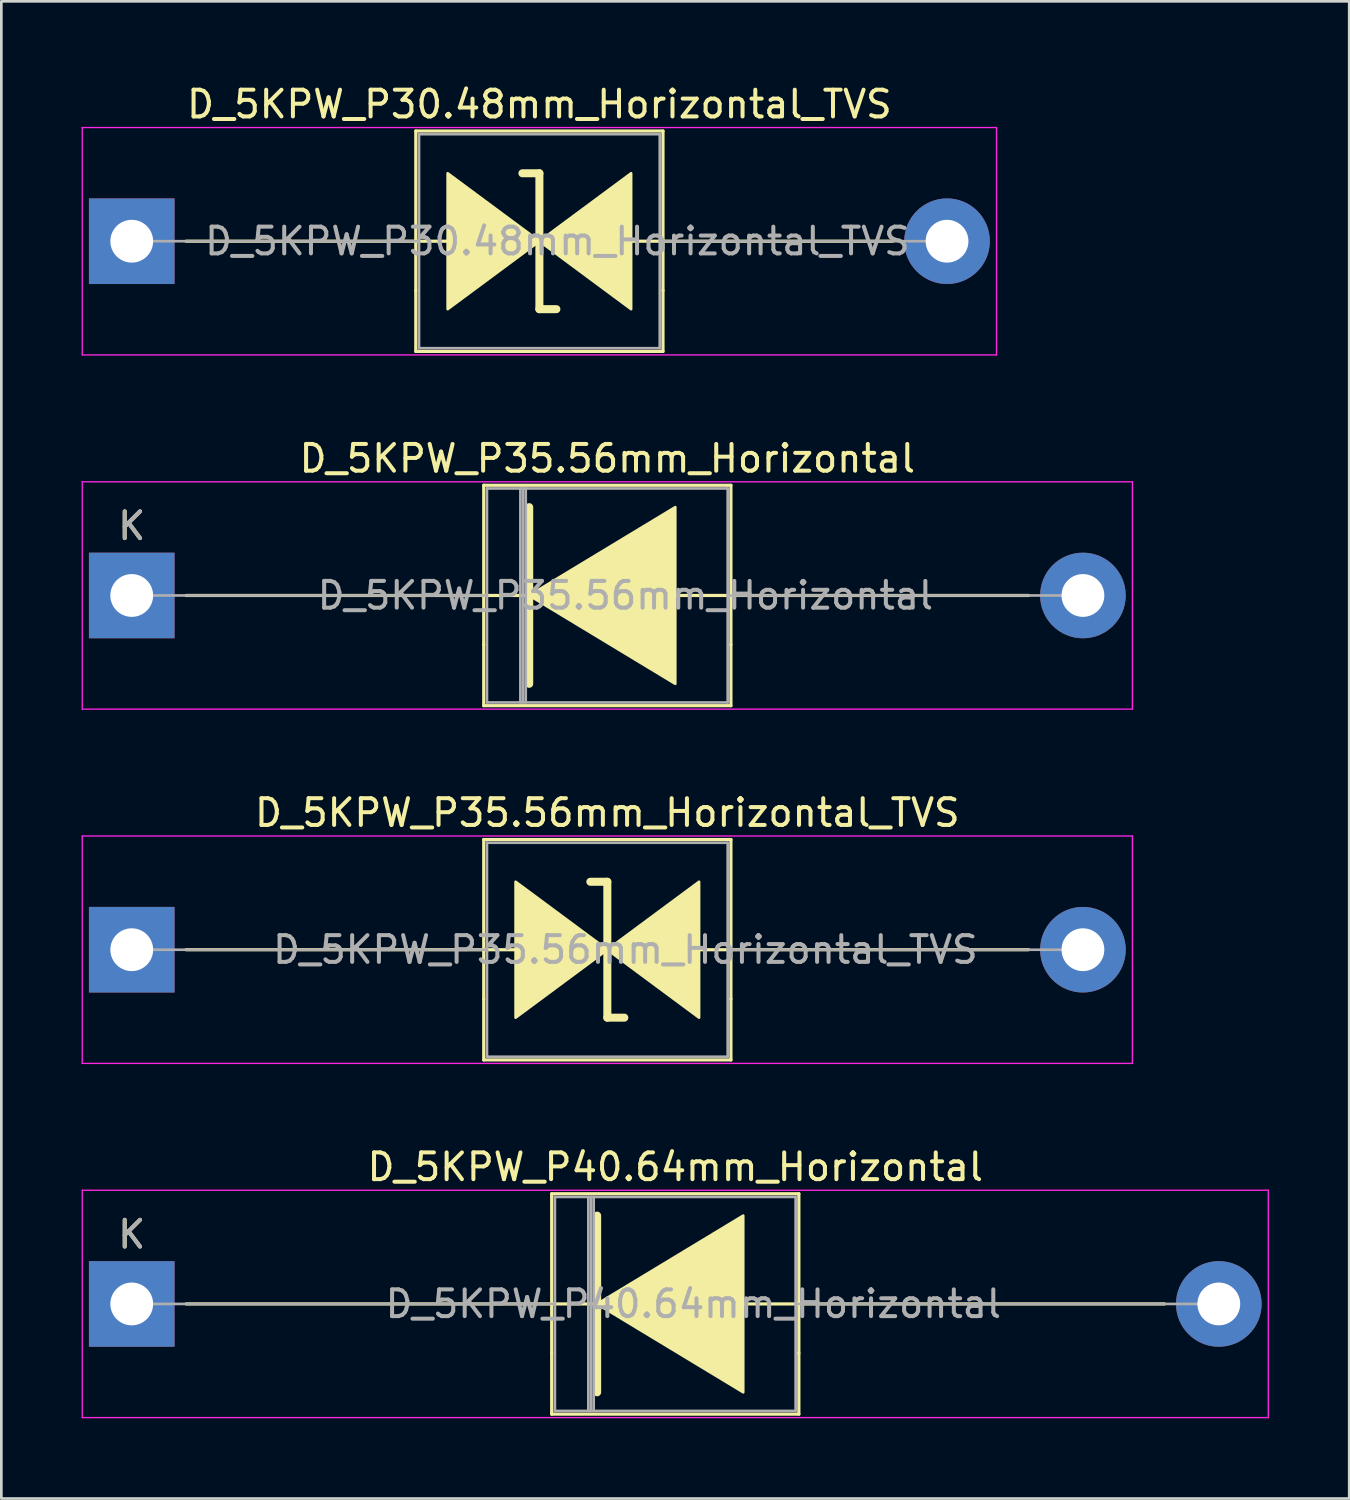
<source format=kicad_pcb>
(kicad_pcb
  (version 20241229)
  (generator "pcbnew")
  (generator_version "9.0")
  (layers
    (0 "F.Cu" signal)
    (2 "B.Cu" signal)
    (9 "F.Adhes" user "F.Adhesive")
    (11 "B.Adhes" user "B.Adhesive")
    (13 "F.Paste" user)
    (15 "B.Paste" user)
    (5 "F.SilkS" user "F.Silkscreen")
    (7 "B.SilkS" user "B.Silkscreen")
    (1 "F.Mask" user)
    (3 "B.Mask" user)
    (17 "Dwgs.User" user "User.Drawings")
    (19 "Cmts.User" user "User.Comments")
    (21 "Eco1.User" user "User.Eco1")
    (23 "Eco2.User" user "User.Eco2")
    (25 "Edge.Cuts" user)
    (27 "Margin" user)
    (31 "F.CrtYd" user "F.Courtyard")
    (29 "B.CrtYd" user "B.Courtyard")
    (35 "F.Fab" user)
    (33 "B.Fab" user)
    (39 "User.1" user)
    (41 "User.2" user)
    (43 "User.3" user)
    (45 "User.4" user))
  (footprint "D_5KPW_P35.56mm_Horizontal_TVS"
    (layer "F.Cu")
    (at 1.875 32.455)
    (property "Reference" "D_5KPW_P35.56mm_Horizontal_TVS" (at 17.78 -5.12 0) (layer "F.SilkS") (effects (font (size 1 1) (thickness 0.15))))
    (attr through_hole)
    (fp_line (start 13.16 -4.12) (end 22.4 -4.12) (stroke (width 0.12) (type solid)) (layer "F.SilkS"))
    (fp_line (start 13.16 1.84) (end 13.16 -4.12) (stroke (width 0.12) (type solid)) (layer "F.SilkS"))
    (fp_line (start 13.16 1.84) (end 13.16 4.12) (stroke (width 0.12) (type solid)) (layer "F.SilkS"))
    (fp_line (start 13.16 4.12) (end 22.4 4.12) (stroke (width 0.12) (type solid)) (layer "F.SilkS"))
    (fp_line (start 14.351 0) (end 2.032 0) (stroke (width 0.12) (type solid)) (layer "F.SilkS"))
    (fp_line (start 17.78 -2.54) (end 17.145 -2.54) (stroke (width 0.3) (type solid)) (layer "F.SilkS"))
    (fp_line (start 17.78 2.54) (end 17.78 -2.54) (stroke (width 0.3) (type solid)) (layer "F.SilkS"))
    (fp_line (start 18.415 2.54) (end 17.78 2.54) (stroke (width 0.3) (type solid)) (layer "F.SilkS"))
    (fp_line (start 22.4 -4.12) (end 22.4 1.84) (stroke (width 0.12) (type solid)) (layer "F.SilkS"))
    (fp_line (start 22.4 4.12) (end 22.4 1.84) (stroke (width 0.12) (type solid)) (layer "F.SilkS"))
    (fp_line (start 33.528 0) (end 21.209 0) (stroke (width 0.12) (type solid)) (layer "F.SilkS"))
    (fp_poly (pts (xy 17.78 0) (xy 14.351 2.54) (xy 14.351 -2.54)) (stroke (width 0.1) (type solid)) (fill yes) (layer "F.SilkS"))
    (fp_poly (pts (xy 17.78 0) (xy 21.209 -2.54) (xy 21.209 2.54)) (stroke (width 0.1) (type solid)) (fill yes) (layer "F.SilkS"))
    (fp_line (start -1.85 -4.25) (end -1.85 4.25) (stroke (width 0.05) (type solid)) (layer "F.CrtYd"))
    (fp_line (start -1.85 4.25) (end 37.41 4.25) (stroke (width 0.05) (type solid)) (layer "F.CrtYd"))
    (fp_line (start 37.41 -4.25) (end -1.85 -4.25) (stroke (width 0.05) (type solid)) (layer "F.CrtYd"))
    (fp_line (start 37.41 4.25) (end 37.41 -4.25) (stroke (width 0.05) (type solid)) (layer "F.CrtYd"))
    (fp_line (start 0 0) (end 13.28 0) (stroke (width 0.1) (type solid)) (layer "F.Fab"))
    (fp_line (start 13.28 -4) (end 13.28 4) (stroke (width 0.1) (type solid)) (layer "F.Fab"))
    (fp_line (start 13.28 4) (end 22.28 4) (stroke (width 0.1) (type solid)) (layer "F.Fab"))
    (fp_line (start 22.28 -4) (end 13.28 -4) (stroke (width 0.1) (type solid)) (layer "F.Fab"))
    (fp_line (start 22.28 4) (end 22.28 -4) (stroke (width 0.1) (type solid)) (layer "F.Fab"))
    (fp_line (start 35.56 0) (end 22.28 0) (stroke (width 0.1) (type solid)) (layer "F.Fab"))
    (fp_text user "${REFERENCE}" (at 18.455 0 0) (layer "F.Fab") (effects (font (size 1 1) (thickness 0.15))))
    (pad "1" thru_hole rect (at 0 0) (size 3.2 3.2) (drill 1.6) (layers "*.Cu" "*.Mask"))
    (pad "2" thru_hole oval (at 35.56 0) (size 3.2 3.2) (drill 1.6) (layers "*.Cu" "*.Mask")))
  (footprint "D_5KPW_P30.48mm_Horizontal_TVS"
    (layer "F.Cu")
    (at 1.875 5.968)
    (property "Reference" "D_5KPW_P30.48mm_Horizontal_TVS" (at 15.24 -5.12 0) (layer "F.SilkS") (effects (font (size 1 1) (thickness 0.15))))
    (attr through_hole)
    (fp_line (start 10.62 -4.12) (end 19.86 -4.12) (stroke (width 0.12) (type solid)) (layer "F.SilkS"))
    (fp_line (start 10.62 1.84) (end 10.62 -4.12) (stroke (width 0.12) (type solid)) (layer "F.SilkS"))
    (fp_line (start 10.62 1.84) (end 10.62 4.12) (stroke (width 0.12) (type solid)) (layer "F.SilkS"))
    (fp_line (start 10.62 4.12) (end 19.86 4.12) (stroke (width 0.12) (type solid)) (layer "F.SilkS"))
    (fp_line (start 11.811 0) (end 2.032 0) (stroke (width 0.12) (type solid)) (layer "F.SilkS"))
    (fp_line (start 15.24 -2.54) (end 14.605 -2.54) (stroke (width 0.3) (type solid)) (layer "F.SilkS"))
    (fp_line (start 15.24 2.54) (end 15.24 -2.54) (stroke (width 0.3) (type solid)) (layer "F.SilkS"))
    (fp_line (start 15.875 2.54) (end 15.24 2.54) (stroke (width 0.3) (type solid)) (layer "F.SilkS"))
    (fp_line (start 19.86 -4.12) (end 19.86 1.84) (stroke (width 0.12) (type solid)) (layer "F.SilkS"))
    (fp_line (start 19.86 4.12) (end 19.86 1.84) (stroke (width 0.12) (type solid)) (layer "F.SilkS"))
    (fp_line (start 28.448 0) (end 18.669 0) (stroke (width 0.12) (type solid)) (layer "F.SilkS"))
    (fp_poly (pts (xy 15.24 0) (xy 11.811 2.54) (xy 11.811 -2.54)) (stroke (width 0.1) (type solid)) (fill yes) (layer "F.SilkS"))
    (fp_poly (pts (xy 15.24 0) (xy 18.669 -2.54) (xy 18.669 2.54)) (stroke (width 0.1) (type solid)) (fill yes) (layer "F.SilkS"))
    (fp_line (start -1.85 -4.25) (end -1.85 4.25) (stroke (width 0.05) (type solid)) (layer "F.CrtYd"))
    (fp_line (start -1.85 4.25) (end 32.33 4.25) (stroke (width 0.05) (type solid)) (layer "F.CrtYd"))
    (fp_line (start 32.33 -4.25) (end -1.85 -4.25) (stroke (width 0.05) (type solid)) (layer "F.CrtYd"))
    (fp_line (start 32.33 4.25) (end 32.33 -4.25) (stroke (width 0.05) (type solid)) (layer "F.CrtYd"))
    (fp_line (start 0 0) (end 10.74 0) (stroke (width 0.1) (type solid)) (layer "F.Fab"))
    (fp_line (start 10.74 -4) (end 10.74 4) (stroke (width 0.1) (type solid)) (layer "F.Fab"))
    (fp_line (start 10.74 4) (end 19.74 4) (stroke (width 0.1) (type solid)) (layer "F.Fab"))
    (fp_line (start 19.74 -4) (end 10.74 -4) (stroke (width 0.1) (type solid)) (layer "F.Fab"))
    (fp_line (start 19.74 4) (end 19.74 -4) (stroke (width 0.1) (type solid)) (layer "F.Fab"))
    (fp_line (start 30.48 0) (end 19.74 0) (stroke (width 0.1) (type solid)) (layer "F.Fab"))
    (fp_text user "${REFERENCE}" (at 15.915 0 0) (layer "F.Fab") (effects (font (size 1 1) (thickness 0.15))))
    (pad "1" thru_hole rect (at 0 0) (size 3.2 3.2) (drill 1.6) (layers "*.Cu" "*.Mask"))
    (pad "2" thru_hole oval (at 30.48 0) (size 3.2 3.2) (drill 1.6) (layers "*.Cu" "*.Mask")))
  (footprint "D_5KPW_P35.56mm_Horizontal"
    (layer "F.Cu")
    (at 1.875 19.212)
    (property "Reference" "D_5KPW_P35.56mm_Horizontal" (at 17.78 -5.12 0) (layer "F.SilkS") (effects (font (size 1 1) (thickness 0.15))))
    (attr through_hole)
    (fp_line (start 2.032 0) (end 14.859 0) (stroke (width 0.12) (type solid)) (layer "F.SilkS"))
    (fp_line (start 13.16 -4.12) (end 22.4 -4.12) (stroke (width 0.12) (type solid)) (layer "F.SilkS"))
    (fp_line (start 13.16 1.84) (end 13.16 -4.12) (stroke (width 0.12) (type solid)) (layer "F.SilkS"))
    (fp_line (start 13.16 1.84) (end 13.16 4.12) (stroke (width 0.12) (type solid)) (layer "F.SilkS"))
    (fp_line (start 13.16 4.12) (end 22.4 4.12) (stroke (width 0.12) (type solid)) (layer "F.SilkS"))
    (fp_line (start 14.859 -3.302) (end 14.859 3.302) (stroke (width 0.3) (type solid)) (layer "F.SilkS"))
    (fp_line (start 22.4 -4.12) (end 22.4 1.84) (stroke (width 0.12) (type solid)) (layer "F.SilkS"))
    (fp_line (start 22.4 4.12) (end 22.4 1.84) (stroke (width 0.12) (type solid)) (layer "F.SilkS"))
    (fp_line (start 33.528 0) (end 19.83 0) (stroke (width 0.12) (type solid)) (layer "F.SilkS"))
    (fp_poly (pts (xy 20.32 3.302) (xy 14.859 0) (xy 20.32 -3.302)) (stroke (width 0.1) (type solid)) (fill yes) (layer "F.SilkS"))
    (fp_line (start -1.85 -4.25) (end -1.85 4.25) (stroke (width 0.05) (type solid)) (layer "F.CrtYd"))
    (fp_line (start -1.85 4.25) (end 37.41 4.25) (stroke (width 0.05) (type solid)) (layer "F.CrtYd"))
    (fp_line (start 37.41 -4.25) (end -1.85 -4.25) (stroke (width 0.05) (type solid)) (layer "F.CrtYd"))
    (fp_line (start 37.41 4.25) (end 37.41 -4.25) (stroke (width 0.05) (type solid)) (layer "F.CrtYd"))
    (fp_line (start 0 0) (end 13.28 0) (stroke (width 0.1) (type solid)) (layer "F.Fab"))
    (fp_line (start 13.28 -4) (end 13.28 4) (stroke (width 0.1) (type solid)) (layer "F.Fab"))
    (fp_line (start 13.28 4) (end 22.28 4) (stroke (width 0.1) (type solid)) (layer "F.Fab"))
    (fp_line (start 14.53 -4) (end 14.53 4) (stroke (width 0.1) (type solid)) (layer "F.Fab"))
    (fp_line (start 14.63 -4) (end 14.63 4) (stroke (width 0.1) (type solid)) (layer "F.Fab"))
    (fp_line (start 14.73 -4) (end 14.73 4) (stroke (width 0.1) (type solid)) (layer "F.Fab"))
    (fp_line (start 22.28 -4) (end 13.28 -4) (stroke (width 0.1) (type solid)) (layer "F.Fab"))
    (fp_line (start 22.28 4) (end 22.28 -4) (stroke (width 0.1) (type solid)) (layer "F.Fab"))
    (fp_line (start 35.56 0) (end 22.28 0) (stroke (width 0.1) (type solid)) (layer "F.Fab"))
    (fp_text user "K" (at 0 -2.6 0) (layer "F.SilkS") (effects (font (size 1 1) (thickness 0.15))))
    (fp_text user "${REFERENCE}" (at 18.455 0 0) (layer "F.Fab") (effects (font (size 1 1) (thickness 0.15))))
    (fp_text user "K" (at 0 -2.6 0) (layer "F.Fab") (effects (font (size 1 1) (thickness 0.15))))
    (pad "1" thru_hole rect (at 0 0) (size 3.2 3.2) (drill 1.6) (layers "*.Cu" "*.Mask"))
    (pad "2" thru_hole oval (at 35.56 0) (size 3.2 3.2) (drill 1.6) (layers "*.Cu" "*.Mask")))
  (footprint "D_5KPW_P40.64mm_Horizontal"
    (layer "F.Cu")
    (at 1.875 45.698)
    (property "Reference" "D_5KPW_P40.64mm_Horizontal" (at 20.32 -5.12 0) (layer "F.SilkS") (effects (font (size 1 1) (thickness 0.15))))
    (attr through_hole)
    (fp_line (start 2.032 0) (end 17.399 0) (stroke (width 0.12) (type solid)) (layer "F.SilkS"))
    (fp_line (start 15.7 -4.12) (end 24.94 -4.12) (stroke (width 0.12) (type solid)) (layer "F.SilkS"))
    (fp_line (start 15.7 1.84) (end 15.7 -4.12) (stroke (width 0.12) (type solid)) (layer "F.SilkS"))
    (fp_line (start 15.7 1.84) (end 15.7 4.12) (stroke (width 0.12) (type solid)) (layer "F.SilkS"))
    (fp_line (start 15.7 4.12) (end 24.94 4.12) (stroke (width 0.12) (type solid)) (layer "F.SilkS"))
    (fp_line (start 17.399 -3.302) (end 17.399 3.302) (stroke (width 0.3) (type solid)) (layer "F.SilkS"))
    (fp_line (start 24.94 -4.12) (end 24.94 1.84) (stroke (width 0.12) (type solid)) (layer "F.SilkS"))
    (fp_line (start 24.94 4.12) (end 24.94 1.84) (stroke (width 0.12) (type solid)) (layer "F.SilkS"))
    (fp_line (start 38.608 0) (end 22.37 0) (stroke (width 0.12) (type solid)) (layer "F.SilkS"))
    (fp_poly (pts (xy 22.86 3.302) (xy 17.399 0) (xy 22.86 -3.302)) (stroke (width 0.1) (type solid)) (fill yes) (layer "F.SilkS"))
    (fp_line (start -1.85 -4.25) (end -1.85 4.25) (stroke (width 0.05) (type solid)) (layer "F.CrtYd"))
    (fp_line (start -1.85 4.25) (end 42.49 4.25) (stroke (width 0.05) (type solid)) (layer "F.CrtYd"))
    (fp_line (start 42.49 -4.25) (end -1.85 -4.25) (stroke (width 0.05) (type solid)) (layer "F.CrtYd"))
    (fp_line (start 42.49 4.25) (end 42.49 -4.25) (stroke (width 0.05) (type solid)) (layer "F.CrtYd"))
    (fp_line (start 0 0) (end 15.82 0) (stroke (width 0.1) (type solid)) (layer "F.Fab"))
    (fp_line (start 15.82 -4) (end 15.82 4) (stroke (width 0.1) (type solid)) (layer "F.Fab"))
    (fp_line (start 15.82 4) (end 24.82 4) (stroke (width 0.1) (type solid)) (layer "F.Fab"))
    (fp_line (start 17.07 -4) (end 17.07 4) (stroke (width 0.1) (type solid)) (layer "F.Fab"))
    (fp_line (start 17.17 -4) (end 17.17 4) (stroke (width 0.1) (type solid)) (layer "F.Fab"))
    (fp_line (start 17.27 -4) (end 17.27 4) (stroke (width 0.1) (type solid)) (layer "F.Fab"))
    (fp_line (start 24.82 -4) (end 15.82 -4) (stroke (width 0.1) (type solid)) (layer "F.Fab"))
    (fp_line (start 24.82 4) (end 24.82 -4) (stroke (width 0.1) (type solid)) (layer "F.Fab"))
    (fp_line (start 40.64 0) (end 24.892 0) (stroke (width 0.1) (type solid)) (layer "F.Fab"))
    (fp_text user "K" (at 0 -2.6 0) (layer "F.SilkS") (effects (font (size 1 1) (thickness 0.15))))
    (fp_text user "K" (at 0 -2.6 0) (layer "F.Fab") (effects (font (size 1 1) (thickness 0.15))))
    (fp_text user "${REFERENCE}" (at 20.995 0 0) (layer "F.Fab") (effects (font (size 1 1) (thickness 0.15))))
    (pad "1" thru_hole rect (at 0 0) (size 3.2 3.2) (drill 1.6) (layers "*.Cu" "*.Mask"))
    (pad "2" thru_hole oval (at 40.64 0) (size 3.2 3.2) (drill 1.6) (layers "*.Cu" "*.Mask")))
  (gr_rect
    (start -3 -3)
    (end 47.39 52.973)
    (stroke (width 0.1) (type default))
    (fill no)
    (layer "Edge.Cuts")))
</source>
